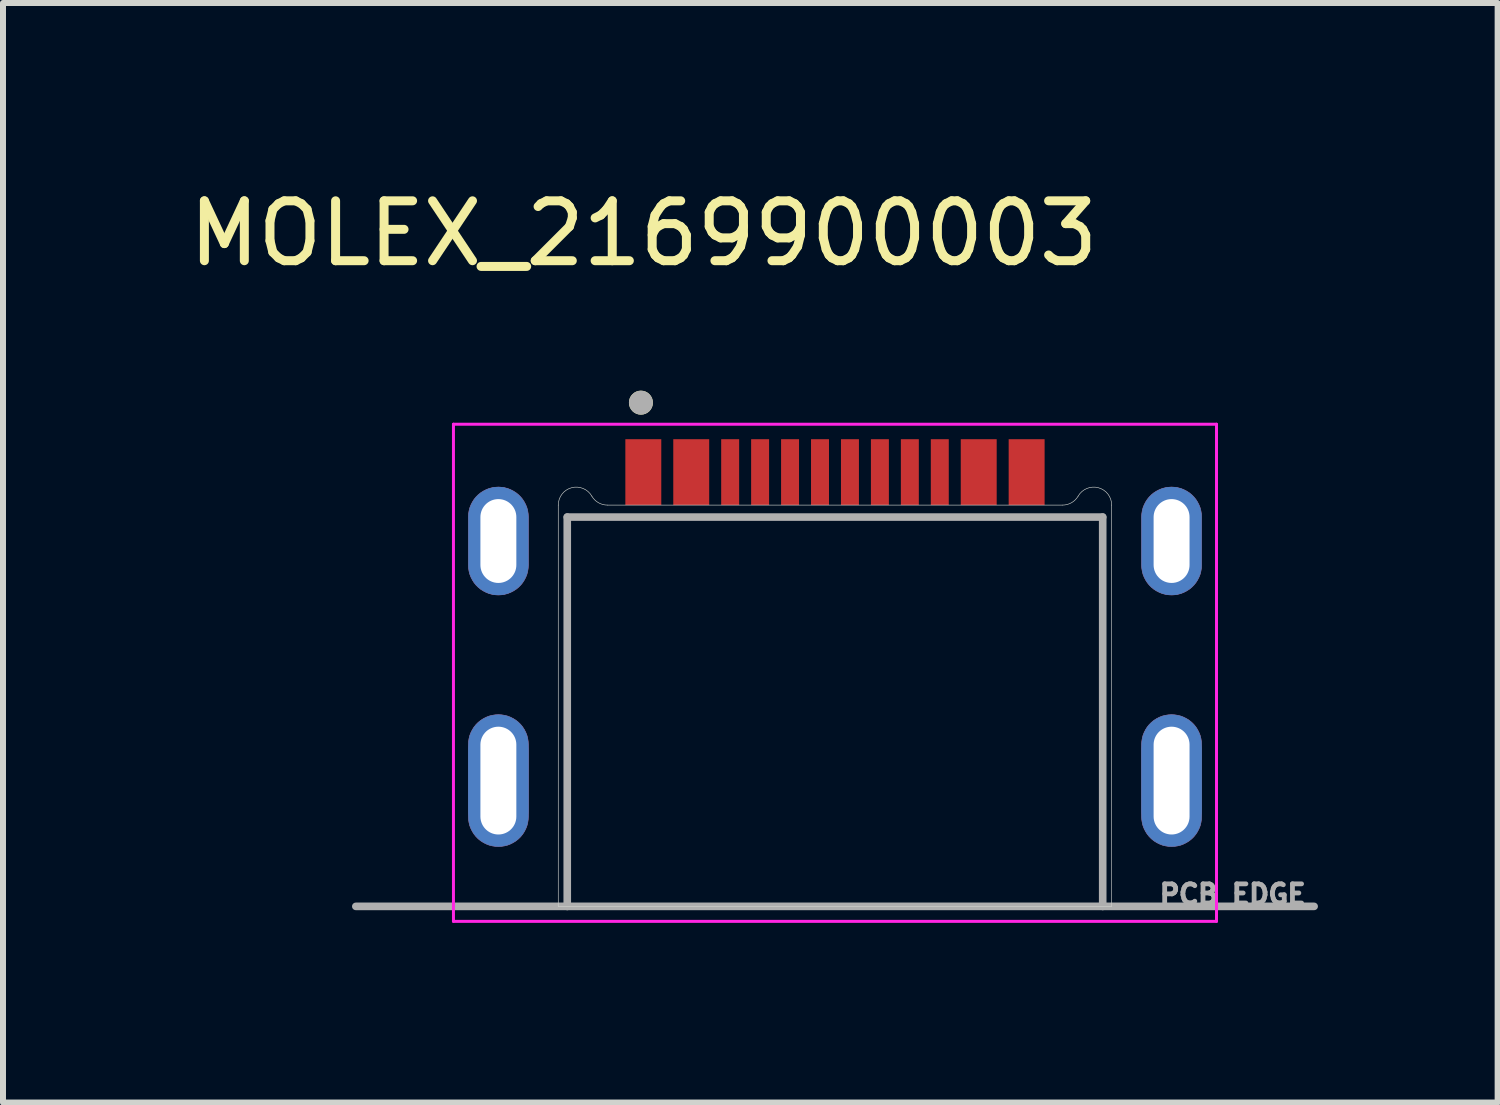
<source format=kicad_pcb>
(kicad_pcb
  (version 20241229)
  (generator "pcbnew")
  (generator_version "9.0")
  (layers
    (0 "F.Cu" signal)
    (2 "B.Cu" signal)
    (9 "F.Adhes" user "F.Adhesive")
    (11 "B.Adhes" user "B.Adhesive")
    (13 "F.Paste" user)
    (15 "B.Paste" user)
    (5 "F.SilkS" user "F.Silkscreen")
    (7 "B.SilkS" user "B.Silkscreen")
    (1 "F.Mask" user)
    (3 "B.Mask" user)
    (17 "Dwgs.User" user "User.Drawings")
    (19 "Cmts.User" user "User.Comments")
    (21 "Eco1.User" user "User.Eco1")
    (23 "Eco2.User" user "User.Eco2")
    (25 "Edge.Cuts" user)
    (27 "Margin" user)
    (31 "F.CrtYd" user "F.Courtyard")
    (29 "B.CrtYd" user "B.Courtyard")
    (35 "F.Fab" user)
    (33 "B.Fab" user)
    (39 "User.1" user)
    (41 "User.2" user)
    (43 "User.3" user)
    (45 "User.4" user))
  (footprint "MOLEX_2169900003"
    (layer "F.Cu")
    (at 10.891 9.983)
    (property "Reference" "MOLEX_2169900003" (at -3.195 -9.135 0) (layer "F.SilkS") (effects (font (size 1 1) (thickness 0.15))))
    (attr smd)
    (fp_poly (pts (xy -6.12 -0.6) (xy -6.12 0.6) (xy -6.117 0.652) (xy -6.109 0.704) (xy -6.096 0.755) (xy -6.077 0.803) (xy -6.053 0.85) (xy -6.025 0.894) (xy -5.992 0.935) (xy -5.955 0.972) (xy -5.914 1.005) (xy -5.87 1.033) (xy -5.823 1.057) (xy -5.775 1.076) (xy -5.724 1.089) (xy -5.672 1.097) (xy -5.62 1.1) (xy -5.568 1.097) (xy -5.516 1.089) (xy -5.465 1.076) (xy -5.417 1.057) (xy -5.37 1.033) (xy -5.326 1.005) (xy -5.285 0.972) (xy -5.248 0.935) (xy -5.215 0.894) (xy -5.187 0.85) (xy -5.163 0.803) (xy -5.144 0.755) (xy -5.131 0.704) (xy -5.123 0.652) (xy -5.12 0.6) (xy -5.12 -0.6) (xy -5.123 -0.652) (xy -5.131 -0.704) (xy -5.144 -0.755) (xy -5.163 -0.803) (xy -5.187 -0.85) (xy -5.215 -0.894) (xy -5.248 -0.935) (xy -5.285 -0.972) (xy -5.326 -1.005) (xy -5.37 -1.033) (xy -5.417 -1.057) (xy -5.465 -1.076) (xy -5.516 -1.089) (xy -5.568 -1.097) (xy -5.62 -1.1) (xy -5.672 -1.097) (xy -5.724 -1.089) (xy -5.775 -1.076) (xy -5.823 -1.057) (xy -5.87 -1.033) (xy -5.914 -1.005) (xy -5.955 -0.972) (xy -5.992 -0.935) (xy -6.025 -0.894) (xy -6.053 -0.85) (xy -6.077 -0.803) (xy -6.096 -0.755) (xy -6.109 -0.704) (xy -6.117 -0.652) (xy -6.12 -0.6)) (stroke (width 0.01) (type solid)) (fill yes) (layer "F.Cu"))
    (fp_poly (pts (xy -5.12 -3.6) (xy -5.123 -3.548) (xy -5.131 -3.496) (xy -5.144 -3.445) (xy -5.163 -3.397) (xy -5.187 -3.35) (xy -5.215 -3.306) (xy -5.248 -3.265) (xy -5.285 -3.228) (xy -5.326 -3.195) (xy -5.37 -3.167) (xy -5.417 -3.143) (xy -5.465 -3.124) (xy -5.516 -3.111) (xy -5.568 -3.103) (xy -5.62 -3.1) (xy -5.672 -3.103) (xy -5.724 -3.111) (xy -5.775 -3.124) (xy -5.823 -3.143) (xy -5.87 -3.167) (xy -5.914 -3.195) (xy -5.955 -3.228) (xy -5.992 -3.265) (xy -6.025 -3.306) (xy -6.053 -3.35) (xy -6.077 -3.397) (xy -6.096 -3.445) (xy -6.109 -3.496) (xy -6.117 -3.548) (xy -6.12 -3.6) (xy -6.12 -4.4) (xy -6.117 -4.452) (xy -6.109 -4.504) (xy -6.096 -4.555) (xy -6.077 -4.603) (xy -6.053 -4.65) (xy -6.025 -4.694) (xy -5.992 -4.735) (xy -5.955 -4.772) (xy -5.914 -4.805) (xy -5.87 -4.833) (xy -5.823 -4.857) (xy -5.775 -4.876) (xy -5.724 -4.889) (xy -5.672 -4.897) (xy -5.62 -4.9) (xy -5.568 -4.897) (xy -5.516 -4.889) (xy -5.465 -4.876) (xy -5.417 -4.857) (xy -5.37 -4.833) (xy -5.326 -4.805) (xy -5.285 -4.772) (xy -5.248 -4.735) (xy -5.215 -4.694) (xy -5.187 -4.65) (xy -5.163 -4.603) (xy -5.144 -4.555) (xy -5.131 -4.504) (xy -5.123 -4.452) (xy -5.12 -4.4) (xy -5.12 -3.6)) (stroke (width 0.01) (type solid)) (fill yes) (layer "F.Cu"))
    (fp_poly (pts (xy 5.12 -4.4) (xy 5.12 -3.6) (xy 5.123 -3.548) (xy 5.131 -3.496) (xy 5.144 -3.445) (xy 5.163 -3.397) (xy 5.187 -3.35) (xy 5.215 -3.306) (xy 5.248 -3.265) (xy 5.285 -3.228) (xy 5.326 -3.195) (xy 5.37 -3.167) (xy 5.417 -3.143) (xy 5.465 -3.124) (xy 5.516 -3.111) (xy 5.568 -3.103) (xy 5.62 -3.1) (xy 5.672 -3.103) (xy 5.724 -3.111) (xy 5.775 -3.124) (xy 5.823 -3.143) (xy 5.87 -3.167) (xy 5.914 -3.195) (xy 5.955 -3.228) (xy 5.992 -3.265) (xy 6.025 -3.306) (xy 6.053 -3.35) (xy 6.077 -3.397) (xy 6.096 -3.445) (xy 6.109 -3.496) (xy 6.117 -3.548) (xy 6.12 -3.6) (xy 6.12 -4.4) (xy 6.117 -4.452) (xy 6.109 -4.504) (xy 6.096 -4.555) (xy 6.077 -4.603) (xy 6.053 -4.65) (xy 6.025 -4.694) (xy 5.992 -4.735) (xy 5.955 -4.772) (xy 5.914 -4.805) (xy 5.87 -4.833) (xy 5.823 -4.857) (xy 5.775 -4.876) (xy 5.724 -4.889) (xy 5.672 -4.897) (xy 5.62 -4.9) (xy 5.568 -4.897) (xy 5.516 -4.889) (xy 5.465 -4.876) (xy 5.417 -4.857) (xy 5.37 -4.833) (xy 5.326 -4.805) (xy 5.285 -4.772) (xy 5.248 -4.735) (xy 5.215 -4.694) (xy 5.187 -4.65) (xy 5.163 -4.603) (xy 5.144 -4.555) (xy 5.131 -4.504) (xy 5.123 -4.452) (xy 5.12 -4.4)) (stroke (width 0.01) (type solid)) (fill yes) (layer "F.Cu"))
    (fp_poly (pts (xy 5.12 -0.6) (xy 5.12 0.6) (xy 5.123 0.652) (xy 5.131 0.704) (xy 5.144 0.755) (xy 5.163 0.803) (xy 5.187 0.85) (xy 5.215 0.894) (xy 5.248 0.935) (xy 5.285 0.972) (xy 5.326 1.005) (xy 5.37 1.033) (xy 5.417 1.057) (xy 5.465 1.076) (xy 5.516 1.089) (xy 5.568 1.097) (xy 5.62 1.1) (xy 5.672 1.097) (xy 5.724 1.089) (xy 5.775 1.076) (xy 5.823 1.057) (xy 5.87 1.033) (xy 5.914 1.005) (xy 5.955 0.972) (xy 5.992 0.935) (xy 6.025 0.894) (xy 6.053 0.85) (xy 6.077 0.803) (xy 6.096 0.755) (xy 6.109 0.704) (xy 6.117 0.652) (xy 6.12 0.6) (xy 6.12 -0.6) (xy 6.117 -0.652) (xy 6.109 -0.704) (xy 6.096 -0.755) (xy 6.077 -0.803) (xy 6.053 -0.85) (xy 6.025 -0.894) (xy 5.992 -0.935) (xy 5.955 -0.972) (xy 5.914 -1.005) (xy 5.87 -1.033) (xy 5.823 -1.057) (xy 5.775 -1.076) (xy 5.724 -1.089) (xy 5.672 -1.097) (xy 5.62 -1.1) (xy 5.568 -1.097) (xy 5.516 -1.089) (xy 5.465 -1.076) (xy 5.417 -1.057) (xy 5.37 -1.033) (xy 5.326 -1.005) (xy 5.285 -0.972) (xy 5.248 -0.935) (xy 5.215 -0.894) (xy 5.187 -0.85) (xy 5.163 -0.803) (xy 5.144 -0.755) (xy 5.131 -0.704) (xy 5.123 -0.652) (xy 5.12 -0.6)) (stroke (width 0.01) (type solid)) (fill yes) (layer "F.Cu"))
    (fp_poly (pts (xy -6.22 -4.4) (xy -6.22 -3.6) (xy -6.217 -3.537) (xy -6.207 -3.475) (xy -6.191 -3.415) (xy -6.168 -3.356) (xy -6.14 -3.3) (xy -6.105 -3.247) (xy -6.066 -3.199) (xy -6.021 -3.154) (xy -5.973 -3.115) (xy -5.92 -3.08) (xy -5.864 -3.052) (xy -5.805 -3.029) (xy -5.745 -3.013) (xy -5.683 -3.003) (xy -5.62 -3) (xy -5.557 -3.003) (xy -5.495 -3.013) (xy -5.435 -3.029) (xy -5.376 -3.052) (xy -5.32 -3.08) (xy -5.267 -3.115) (xy -5.219 -3.154) (xy -5.174 -3.199) (xy -5.135 -3.247) (xy -5.1 -3.3) (xy -5.072 -3.356) (xy -5.049 -3.415) (xy -5.033 -3.475) (xy -5.023 -3.537) (xy -5.02 -3.6) (xy -5.02 -4.4) (xy -5.023 -4.463) (xy -5.033 -4.525) (xy -5.049 -4.585) (xy -5.072 -4.644) (xy -5.1 -4.7) (xy -5.135 -4.753) (xy -5.174 -4.801) (xy -5.219 -4.846) (xy -5.267 -4.885) (xy -5.32 -4.92) (xy -5.376 -4.948) (xy -5.435 -4.971) (xy -5.495 -4.987) (xy -5.557 -4.997) (xy -5.62 -5) (xy -5.683 -4.997) (xy -5.745 -4.987) (xy -5.805 -4.971) (xy -5.864 -4.948) (xy -5.92 -4.92) (xy -5.973 -4.885) (xy -6.021 -4.846) (xy -6.066 -4.801) (xy -6.105 -4.753) (xy -6.14 -4.7) (xy -6.168 -4.644) (xy -6.191 -4.585) (xy -6.207 -4.525) (xy -6.217 -4.463) (xy -6.22 -4.4)) (stroke (width 0.01) (type solid)) (fill yes) (layer "F.Mask"))
    (fp_poly (pts (xy -5.02 0.6) (xy -5.023 0.663) (xy -5.033 0.725) (xy -5.049 0.785) (xy -5.072 0.844) (xy -5.1 0.9) (xy -5.135 0.953) (xy -5.174 1.001) (xy -5.219 1.046) (xy -5.267 1.085) (xy -5.32 1.12) (xy -5.376 1.148) (xy -5.435 1.171) (xy -5.495 1.187) (xy -5.557 1.197) (xy -5.62 1.2) (xy -5.683 1.197) (xy -5.745 1.187) (xy -5.805 1.171) (xy -5.864 1.148) (xy -5.92 1.12) (xy -5.973 1.085) (xy -6.021 1.046) (xy -6.066 1.001) (xy -6.105 0.953) (xy -6.14 0.9) (xy -6.168 0.844) (xy -6.191 0.785) (xy -6.207 0.725) (xy -6.217 0.663) (xy -6.22 0.6) (xy -6.22 -0.6) (xy -6.217 -0.663) (xy -6.207 -0.725) (xy -6.191 -0.785) (xy -6.168 -0.844) (xy -6.14 -0.9) (xy -6.105 -0.953) (xy -6.066 -1.001) (xy -6.021 -1.046) (xy -5.973 -1.085) (xy -5.92 -1.12) (xy -5.864 -1.148) (xy -5.805 -1.171) (xy -5.745 -1.187) (xy -5.683 -1.197) (xy -5.62 -1.2) (xy -5.557 -1.197) (xy -5.495 -1.187) (xy -5.435 -1.171) (xy -5.376 -1.148) (xy -5.32 -1.12) (xy -5.267 -1.085) (xy -5.219 -1.046) (xy -5.174 -1.001) (xy -5.135 -0.953) (xy -5.1 -0.9) (xy -5.072 -0.844) (xy -5.049 -0.785) (xy -5.033 -0.725) (xy -5.023 -0.663) (xy -5.02 -0.6) (xy -5.02 0.6)) (stroke (width 0.01) (type solid)) (fill yes) (layer "F.Mask"))
    (fp_poly (pts (xy 5.02 -0.6) (xy 5.02 0.6) (xy 5.023 0.663) (xy 5.033 0.725) (xy 5.049 0.785) (xy 5.072 0.844) (xy 5.1 0.9) (xy 5.135 0.953) (xy 5.174 1.001) (xy 5.219 1.046) (xy 5.267 1.085) (xy 5.32 1.12) (xy 5.376 1.148) (xy 5.435 1.171) (xy 5.495 1.187) (xy 5.557 1.197) (xy 5.62 1.2) (xy 5.683 1.197) (xy 5.745 1.187) (xy 5.805 1.171) (xy 5.864 1.148) (xy 5.92 1.12) (xy 5.973 1.085) (xy 6.021 1.046) (xy 6.066 1.001) (xy 6.105 0.953) (xy 6.14 0.9) (xy 6.168 0.844) (xy 6.191 0.785) (xy 6.207 0.725) (xy 6.217 0.663) (xy 6.22 0.6) (xy 6.22 -0.6) (xy 6.217 -0.663) (xy 6.207 -0.725) (xy 6.191 -0.785) (xy 6.168 -0.844) (xy 6.14 -0.9) (xy 6.105 -0.953) (xy 6.066 -1.001) (xy 6.021 -1.046) (xy 5.973 -1.085) (xy 5.92 -1.12) (xy 5.864 -1.148) (xy 5.805 -1.171) (xy 5.745 -1.187) (xy 5.683 -1.197) (xy 5.62 -1.2) (xy 5.557 -1.197) (xy 5.495 -1.187) (xy 5.435 -1.171) (xy 5.376 -1.148) (xy 5.32 -1.12) (xy 5.267 -1.085) (xy 5.219 -1.046) (xy 5.174 -1.001) (xy 5.135 -0.953) (xy 5.1 -0.9) (xy 5.072 -0.844) (xy 5.049 -0.785) (xy 5.033 -0.725) (xy 5.023 -0.663) (xy 5.02 -0.6)) (stroke (width 0.01) (type solid)) (fill yes) (layer "F.Mask"))
    (fp_poly (pts (xy 6.22 -3.6) (xy 6.217 -3.537) (xy 6.207 -3.475) (xy 6.191 -3.415) (xy 6.168 -3.356) (xy 6.14 -3.3) (xy 6.105 -3.247) (xy 6.066 -3.199) (xy 6.021 -3.154) (xy 5.973 -3.115) (xy 5.92 -3.08) (xy 5.864 -3.052) (xy 5.805 -3.029) (xy 5.745 -3.013) (xy 5.683 -3.003) (xy 5.62 -3) (xy 5.557 -3.003) (xy 5.495 -3.013) (xy 5.435 -3.029) (xy 5.376 -3.052) (xy 5.32 -3.08) (xy 5.267 -3.115) (xy 5.219 -3.154) (xy 5.174 -3.199) (xy 5.135 -3.247) (xy 5.1 -3.3) (xy 5.072 -3.356) (xy 5.049 -3.415) (xy 5.033 -3.475) (xy 5.023 -3.537) (xy 5.02 -3.6) (xy 5.02 -4.4) (xy 5.023 -4.463) (xy 5.033 -4.525) (xy 5.049 -4.585) (xy 5.072 -4.644) (xy 5.1 -4.7) (xy 5.135 -4.753) (xy 5.174 -4.801) (xy 5.219 -4.846) (xy 5.267 -4.885) (xy 5.32 -4.92) (xy 5.376 -4.948) (xy 5.435 -4.971) (xy 5.495 -4.987) (xy 5.557 -4.997) (xy 5.62 -5) (xy 5.683 -4.997) (xy 5.745 -4.987) (xy 5.805 -4.971) (xy 5.864 -4.948) (xy 5.92 -4.92) (xy 5.973 -4.885) (xy 6.021 -4.846) (xy 6.066 -4.801) (xy 6.105 -4.753) (xy 6.14 -4.7) (xy 6.168 -4.644) (xy 6.191 -4.585) (xy 6.207 -4.525) (xy 6.217 -4.463) (xy 6.22 -4.4) (xy 6.22 -3.6)) (stroke (width 0.01) (type solid)) (fill yes) (layer "F.Mask"))
    (fp_poly (pts (xy -6.12 -0.6) (xy -6.12 0.6) (xy -6.117 0.652) (xy -6.109 0.704) (xy -6.096 0.755) (xy -6.077 0.803) (xy -6.053 0.85) (xy -6.025 0.894) (xy -5.992 0.935) (xy -5.955 0.972) (xy -5.914 1.005) (xy -5.87 1.033) (xy -5.823 1.057) (xy -5.775 1.076) (xy -5.724 1.089) (xy -5.672 1.097) (xy -5.62 1.1) (xy -5.568 1.097) (xy -5.516 1.089) (xy -5.465 1.076) (xy -5.417 1.057) (xy -5.37 1.033) (xy -5.326 1.005) (xy -5.285 0.972) (xy -5.248 0.935) (xy -5.215 0.894) (xy -5.187 0.85) (xy -5.163 0.803) (xy -5.144 0.755) (xy -5.131 0.704) (xy -5.123 0.652) (xy -5.12 0.6) (xy -5.12 -0.6) (xy -5.123 -0.652) (xy -5.131 -0.704) (xy -5.144 -0.755) (xy -5.163 -0.803) (xy -5.187 -0.85) (xy -5.215 -0.894) (xy -5.248 -0.935) (xy -5.285 -0.972) (xy -5.326 -1.005) (xy -5.37 -1.033) (xy -5.417 -1.057) (xy -5.465 -1.076) (xy -5.516 -1.089) (xy -5.568 -1.097) (xy -5.62 -1.1) (xy -5.672 -1.097) (xy -5.724 -1.089) (xy -5.775 -1.076) (xy -5.823 -1.057) (xy -5.87 -1.033) (xy -5.914 -1.005) (xy -5.955 -0.972) (xy -5.992 -0.935) (xy -6.025 -0.894) (xy -6.053 -0.85) (xy -6.077 -0.803) (xy -6.096 -0.755) (xy -6.109 -0.704) (xy -6.117 -0.652) (xy -6.12 -0.6)) (stroke (width 0.01) (type solid)) (fill yes) (layer "B.Cu"))
    (fp_poly (pts (xy -5.12 -3.6) (xy -5.123 -3.548) (xy -5.131 -3.496) (xy -5.144 -3.445) (xy -5.163 -3.397) (xy -5.187 -3.35) (xy -5.215 -3.306) (xy -5.248 -3.265) (xy -5.285 -3.228) (xy -5.326 -3.195) (xy -5.37 -3.167) (xy -5.417 -3.143) (xy -5.465 -3.124) (xy -5.516 -3.111) (xy -5.568 -3.103) (xy -5.62 -3.1) (xy -5.672 -3.103) (xy -5.724 -3.111) (xy -5.775 -3.124) (xy -5.823 -3.143) (xy -5.87 -3.167) (xy -5.914 -3.195) (xy -5.955 -3.228) (xy -5.992 -3.265) (xy -6.025 -3.306) (xy -6.053 -3.35) (xy -6.077 -3.397) (xy -6.096 -3.445) (xy -6.109 -3.496) (xy -6.117 -3.548) (xy -6.12 -3.6) (xy -6.12 -4.4) (xy -6.117 -4.452) (xy -6.109 -4.504) (xy -6.096 -4.555) (xy -6.077 -4.603) (xy -6.053 -4.65) (xy -6.025 -4.694) (xy -5.992 -4.735) (xy -5.955 -4.772) (xy -5.914 -4.805) (xy -5.87 -4.833) (xy -5.823 -4.857) (xy -5.775 -4.876) (xy -5.724 -4.889) (xy -5.672 -4.897) (xy -5.62 -4.9) (xy -5.568 -4.897) (xy -5.516 -4.889) (xy -5.465 -4.876) (xy -5.417 -4.857) (xy -5.37 -4.833) (xy -5.326 -4.805) (xy -5.285 -4.772) (xy -5.248 -4.735) (xy -5.215 -4.694) (xy -5.187 -4.65) (xy -5.163 -4.603) (xy -5.144 -4.555) (xy -5.131 -4.504) (xy -5.123 -4.452) (xy -5.12 -4.4) (xy -5.12 -3.6)) (stroke (width 0.01) (type solid)) (fill yes) (layer "B.Cu"))
    (fp_poly (pts (xy 5.12 -4.4) (xy 5.12 -3.6) (xy 5.123 -3.548) (xy 5.131 -3.496) (xy 5.144 -3.445) (xy 5.163 -3.397) (xy 5.187 -3.35) (xy 5.215 -3.306) (xy 5.248 -3.265) (xy 5.285 -3.228) (xy 5.326 -3.195) (xy 5.37 -3.167) (xy 5.417 -3.143) (xy 5.465 -3.124) (xy 5.516 -3.111) (xy 5.568 -3.103) (xy 5.62 -3.1) (xy 5.672 -3.103) (xy 5.724 -3.111) (xy 5.775 -3.124) (xy 5.823 -3.143) (xy 5.87 -3.167) (xy 5.914 -3.195) (xy 5.955 -3.228) (xy 5.992 -3.265) (xy 6.025 -3.306) (xy 6.053 -3.35) (xy 6.077 -3.397) (xy 6.096 -3.445) (xy 6.109 -3.496) (xy 6.117 -3.548) (xy 6.12 -3.6) (xy 6.12 -4.4) (xy 6.117 -4.452) (xy 6.109 -4.504) (xy 6.096 -4.555) (xy 6.077 -4.603) (xy 6.053 -4.65) (xy 6.025 -4.694) (xy 5.992 -4.735) (xy 5.955 -4.772) (xy 5.914 -4.805) (xy 5.87 -4.833) (xy 5.823 -4.857) (xy 5.775 -4.876) (xy 5.724 -4.889) (xy 5.672 -4.897) (xy 5.62 -4.9) (xy 5.568 -4.897) (xy 5.516 -4.889) (xy 5.465 -4.876) (xy 5.417 -4.857) (xy 5.37 -4.833) (xy 5.326 -4.805) (xy 5.285 -4.772) (xy 5.248 -4.735) (xy 5.215 -4.694) (xy 5.187 -4.65) (xy 5.163 -4.603) (xy 5.144 -4.555) (xy 5.131 -4.504) (xy 5.123 -4.452) (xy 5.12 -4.4)) (stroke (width 0.01) (type solid)) (fill yes) (layer "B.Cu"))
    (fp_poly (pts (xy 5.12 -0.6) (xy 5.12 0.6) (xy 5.123 0.652) (xy 5.131 0.704) (xy 5.144 0.755) (xy 5.163 0.803) (xy 5.187 0.85) (xy 5.215 0.894) (xy 5.248 0.935) (xy 5.285 0.972) (xy 5.326 1.005) (xy 5.37 1.033) (xy 5.417 1.057) (xy 5.465 1.076) (xy 5.516 1.089) (xy 5.568 1.097) (xy 5.62 1.1) (xy 5.672 1.097) (xy 5.724 1.089) (xy 5.775 1.076) (xy 5.823 1.057) (xy 5.87 1.033) (xy 5.914 1.005) (xy 5.955 0.972) (xy 5.992 0.935) (xy 6.025 0.894) (xy 6.053 0.85) (xy 6.077 0.803) (xy 6.096 0.755) (xy 6.109 0.704) (xy 6.117 0.652) (xy 6.12 0.6) (xy 6.12 -0.6) (xy 6.117 -0.652) (xy 6.109 -0.704) (xy 6.096 -0.755) (xy 6.077 -0.803) (xy 6.053 -0.85) (xy 6.025 -0.894) (xy 5.992 -0.935) (xy 5.955 -0.972) (xy 5.914 -1.005) (xy 5.87 -1.033) (xy 5.823 -1.057) (xy 5.775 -1.076) (xy 5.724 -1.089) (xy 5.672 -1.097) (xy 5.62 -1.1) (xy 5.568 -1.097) (xy 5.516 -1.089) (xy 5.465 -1.076) (xy 5.417 -1.057) (xy 5.37 -1.033) (xy 5.326 -1.005) (xy 5.285 -0.972) (xy 5.248 -0.935) (xy 5.215 -0.894) (xy 5.187 -0.85) (xy 5.163 -0.803) (xy 5.144 -0.755) (xy 5.131 -0.704) (xy 5.123 -0.652) (xy 5.12 -0.6)) (stroke (width 0.01) (type solid)) (fill yes) (layer "B.Cu"))
    (fp_poly (pts (xy -6.22 -4.4) (xy -6.22 -3.6) (xy -6.217 -3.537) (xy -6.207 -3.475) (xy -6.191 -3.415) (xy -6.168 -3.356) (xy -6.14 -3.3) (xy -6.105 -3.247) (xy -6.066 -3.199) (xy -6.021 -3.154) (xy -5.973 -3.115) (xy -5.92 -3.08) (xy -5.864 -3.052) (xy -5.805 -3.029) (xy -5.745 -3.013) (xy -5.683 -3.003) (xy -5.62 -3) (xy -5.557 -3.003) (xy -5.495 -3.013) (xy -5.435 -3.029) (xy -5.376 -3.052) (xy -5.32 -3.08) (xy -5.267 -3.115) (xy -5.219 -3.154) (xy -5.174 -3.199) (xy -5.135 -3.247) (xy -5.1 -3.3) (xy -5.072 -3.356) (xy -5.049 -3.415) (xy -5.033 -3.475) (xy -5.023 -3.537) (xy -5.02 -3.6) (xy -5.02 -4.4) (xy -5.023 -4.463) (xy -5.033 -4.525) (xy -5.049 -4.585) (xy -5.072 -4.644) (xy -5.1 -4.7) (xy -5.135 -4.753) (xy -5.174 -4.801) (xy -5.219 -4.846) (xy -5.267 -4.885) (xy -5.32 -4.92) (xy -5.376 -4.948) (xy -5.435 -4.971) (xy -5.495 -4.987) (xy -5.557 -4.997) (xy -5.62 -5) (xy -5.683 -4.997) (xy -5.745 -4.987) (xy -5.805 -4.971) (xy -5.864 -4.948) (xy -5.92 -4.92) (xy -5.973 -4.885) (xy -6.021 -4.846) (xy -6.066 -4.801) (xy -6.105 -4.753) (xy -6.14 -4.7) (xy -6.168 -4.644) (xy -6.191 -4.585) (xy -6.207 -4.525) (xy -6.217 -4.463) (xy -6.22 -4.4)) (stroke (width 0.01) (type solid)) (fill yes) (layer "B.Mask"))
    (fp_poly (pts (xy -5.02 0.6) (xy -5.023 0.663) (xy -5.033 0.725) (xy -5.049 0.785) (xy -5.072 0.844) (xy -5.1 0.9) (xy -5.135 0.953) (xy -5.174 1.001) (xy -5.219 1.046) (xy -5.267 1.085) (xy -5.32 1.12) (xy -5.376 1.148) (xy -5.435 1.171) (xy -5.495 1.187) (xy -5.557 1.197) (xy -5.62 1.2) (xy -5.683 1.197) (xy -5.745 1.187) (xy -5.805 1.171) (xy -5.864 1.148) (xy -5.92 1.12) (xy -5.973 1.085) (xy -6.021 1.046) (xy -6.066 1.001) (xy -6.105 0.953) (xy -6.14 0.9) (xy -6.168 0.844) (xy -6.191 0.785) (xy -6.207 0.725) (xy -6.217 0.663) (xy -6.22 0.6) (xy -6.22 -0.6) (xy -6.217 -0.663) (xy -6.207 -0.725) (xy -6.191 -0.785) (xy -6.168 -0.844) (xy -6.14 -0.9) (xy -6.105 -0.953) (xy -6.066 -1.001) (xy -6.021 -1.046) (xy -5.973 -1.085) (xy -5.92 -1.12) (xy -5.864 -1.148) (xy -5.805 -1.171) (xy -5.745 -1.187) (xy -5.683 -1.197) (xy -5.62 -1.2) (xy -5.557 -1.197) (xy -5.495 -1.187) (xy -5.435 -1.171) (xy -5.376 -1.148) (xy -5.32 -1.12) (xy -5.267 -1.085) (xy -5.219 -1.046) (xy -5.174 -1.001) (xy -5.135 -0.953) (xy -5.1 -0.9) (xy -5.072 -0.844) (xy -5.049 -0.785) (xy -5.033 -0.725) (xy -5.023 -0.663) (xy -5.02 -0.6) (xy -5.02 0.6)) (stroke (width 0.01) (type solid)) (fill yes) (layer "B.Mask"))
    (fp_poly (pts (xy 5.02 -0.6) (xy 5.02 0.6) (xy 5.023 0.663) (xy 5.033 0.725) (xy 5.049 0.785) (xy 5.072 0.844) (xy 5.1 0.9) (xy 5.135 0.953) (xy 5.174 1.001) (xy 5.219 1.046) (xy 5.267 1.085) (xy 5.32 1.12) (xy 5.376 1.148) (xy 5.435 1.171) (xy 5.495 1.187) (xy 5.557 1.197) (xy 5.62 1.2) (xy 5.683 1.197) (xy 5.745 1.187) (xy 5.805 1.171) (xy 5.864 1.148) (xy 5.92 1.12) (xy 5.973 1.085) (xy 6.021 1.046) (xy 6.066 1.001) (xy 6.105 0.953) (xy 6.14 0.9) (xy 6.168 0.844) (xy 6.191 0.785) (xy 6.207 0.725) (xy 6.217 0.663) (xy 6.22 0.6) (xy 6.22 -0.6) (xy 6.217 -0.663) (xy 6.207 -0.725) (xy 6.191 -0.785) (xy 6.168 -0.844) (xy 6.14 -0.9) (xy 6.105 -0.953) (xy 6.066 -1.001) (xy 6.021 -1.046) (xy 5.973 -1.085) (xy 5.92 -1.12) (xy 5.864 -1.148) (xy 5.805 -1.171) (xy 5.745 -1.187) (xy 5.683 -1.197) (xy 5.62 -1.2) (xy 5.557 -1.197) (xy 5.495 -1.187) (xy 5.435 -1.171) (xy 5.376 -1.148) (xy 5.32 -1.12) (xy 5.267 -1.085) (xy 5.219 -1.046) (xy 5.174 -1.001) (xy 5.135 -0.953) (xy 5.1 -0.9) (xy 5.072 -0.844) (xy 5.049 -0.785) (xy 5.033 -0.725) (xy 5.023 -0.663) (xy 5.02 -0.6)) (stroke (width 0.01) (type solid)) (fill yes) (layer "B.Mask"))
    (fp_poly (pts (xy 6.22 -3.6) (xy 6.217 -3.537) (xy 6.207 -3.475) (xy 6.191 -3.415) (xy 6.168 -3.356) (xy 6.14 -3.3) (xy 6.105 -3.247) (xy 6.066 -3.199) (xy 6.021 -3.154) (xy 5.973 -3.115) (xy 5.92 -3.08) (xy 5.864 -3.052) (xy 5.805 -3.029) (xy 5.745 -3.013) (xy 5.683 -3.003) (xy 5.62 -3) (xy 5.557 -3.003) (xy 5.495 -3.013) (xy 5.435 -3.029) (xy 5.376 -3.052) (xy 5.32 -3.08) (xy 5.267 -3.115) (xy 5.219 -3.154) (xy 5.174 -3.199) (xy 5.135 -3.247) (xy 5.1 -3.3) (xy 5.072 -3.356) (xy 5.049 -3.415) (xy 5.033 -3.475) (xy 5.023 -3.537) (xy 5.02 -3.6) (xy 5.02 -4.4) (xy 5.023 -4.463) (xy 5.033 -4.525) (xy 5.049 -4.585) (xy 5.072 -4.644) (xy 5.1 -4.7) (xy 5.135 -4.753) (xy 5.174 -4.801) (xy 5.219 -4.846) (xy 5.267 -4.885) (xy 5.32 -4.92) (xy 5.376 -4.948) (xy 5.435 -4.971) (xy 5.495 -4.987) (xy 5.557 -4.997) (xy 5.62 -5) (xy 5.683 -4.997) (xy 5.745 -4.987) (xy 5.805 -4.971) (xy 5.864 -4.948) (xy 5.92 -4.92) (xy 5.973 -4.885) (xy 6.021 -4.846) (xy 6.066 -4.801) (xy 6.105 -4.753) (xy 6.14 -4.7) (xy 6.168 -4.644) (xy 6.191 -4.585) (xy 6.207 -4.525) (xy 6.217 -4.463) (xy 6.22 -4.4) (xy 6.22 -3.6)) (stroke (width 0.01) (type solid)) (fill yes) (layer "B.Mask"))
    (fp_circle (center -3.24 -6.31) (end -3.14 -6.31) (stroke (width 0.2) (type solid)) (fill no) (layer "F.SilkS"))
    (fp_line (start -4.62 2.1) (end -4.62 -4.6) (stroke (width 0.01) (type solid)) (layer "Edge.Cuts"))
    (fp_line (start -4.62 2.1) (end 4.62 2.1) (stroke (width 0.01) (type solid)) (layer "Edge.Cuts"))
    (fp_line (start -3.8 -4.6) (end 3.8 -4.6) (stroke (width 0.01) (type solid)) (layer "Edge.Cuts"))
    (fp_line (start 4.62 2.1) (end 4.62 -4.6) (stroke (width 0.01) (type solid)) (layer "Edge.Cuts"))
    (fp_arc (start -4.62 -4.6) (mid -4.397645 -4.889779) (end -4.060191 -4.750001) (stroke (width 0.01) (type solid)) (layer "Edge.Cuts"))
    (fp_arc (start -3.80038 -4.6) (mid -3.950382 -4.640191) (end -4.060191 -4.75) (stroke (width 0.01) (type solid)) (layer "Edge.Cuts"))
    (fp_arc (start 4.06019 -4.75) (mid 3.950381 -4.640192) (end 3.80038 -4.6) (stroke (width 0.01) (type solid)) (layer "Edge.Cuts"))
    (fp_arc (start 4.06019 -4.75) (mid 4.397644 -4.889779) (end 4.62 -4.600001) (stroke (width 0.01) (type solid)) (layer "Edge.Cuts"))
    (fp_line (start -6.37 -5.95) (end -6.37 2.35) (stroke (width 0.05) (type solid)) (layer "F.CrtYd"))
    (fp_line (start -6.37 2.35) (end 6.37 2.35) (stroke (width 0.05) (type solid)) (layer "F.CrtYd"))
    (fp_line (start 6.37 -5.95) (end -6.37 -5.95) (stroke (width 0.05) (type solid)) (layer "F.CrtYd"))
    (fp_line (start 6.37 2.35) (end 6.37 -5.95) (stroke (width 0.05) (type solid)) (layer "F.CrtYd"))
    (fp_line (start -4.47 -4.4) (end 4.47 -4.4) (stroke (width 0.127) (type solid)) (layer "F.Fab"))
    (fp_line (start -4.47 2.1) (end -8 2.1) (stroke (width 0.127) (type solid)) (layer "F.Fab"))
    (fp_line (start -4.47 2.1) (end -4.47 -4.4) (stroke (width 0.127) (type solid)) (layer "F.Fab"))
    (fp_line (start -4.47 2.1) (end 4.47 2.1) (stroke (width 0.127) (type solid)) (layer "F.Fab"))
    (fp_line (start 4.47 -4.4) (end 4.47 2.1) (stroke (width 0.127) (type solid)) (layer "F.Fab"))
    (fp_line (start 4.47 2.1) (end 8 2.1) (stroke (width 0.127) (type solid)) (layer "F.Fab"))
    (fp_circle (center -3.24 -6.31) (end -3.14 -6.31) (stroke (width 0.2) (type solid)) (fill no) (layer "F.Fab"))
    (fp_text user "PCB EDGE" (at 6.64 1.9 0) (layer "F.Fab") (effects (font (size 0.32 0.32) (thickness 0.08))))
    (pad "A1" smd rect (at -3.2 -5.15) (size 0.6 1.1) (layers "F.Cu" "F.Mask" "F.Paste"))
    (pad "A4" smd rect (at -2.4 -5.15) (size 0.6 1.1) (layers "F.Cu" "F.Mask" "F.Paste"))
    (pad "A5" smd rect (at -1.25 -5.15) (size 0.3 1.1) (layers "F.Cu" "F.Mask" "F.Paste"))
    (pad "A6" smd rect (at -0.25 -5.15) (size 0.3 1.1) (layers "F.Cu" "F.Mask" "F.Paste"))
    (pad "A7" smd rect (at 0.25 -5.15) (size 0.3 1.1) (layers "F.Cu" "F.Mask" "F.Paste"))
    (pad "A8" smd rect (at 1.25 -5.15) (size 0.3 1.1) (layers "F.Cu" "F.Mask" "F.Paste"))
    (pad "B1" smd rect (at 3.2 -5.15) (size 0.6 1.1) (layers "F.Cu" "F.Mask" "F.Paste"))
    (pad "B4" smd rect (at 2.4 -5.15) (size 0.6 1.1) (layers "F.Cu" "F.Mask" "F.Paste"))
    (pad "B5" smd rect (at 1.75 -5.15) (size 0.3 1.1) (layers "F.Cu" "F.Mask" "F.Paste"))
    (pad "B6" smd rect (at 0.75 -5.15) (size 0.3 1.1) (layers "F.Cu" "F.Mask" "F.Paste"))
    (pad "B7" smd rect (at -0.75 -5.15) (size 0.3 1.1) (layers "F.Cu" "F.Mask" "F.Paste"))
    (pad "B8" smd rect (at -1.75 -5.15) (size 0.3 1.1) (layers "F.Cu" "F.Mask" "F.Paste"))
    (pad "S1" thru_hole oval (at -5.62 -4) (size 0.9 1.8) (drill oval 0.6 1.4) (layers "*.Cu"))
    (pad "S1" thru_hole oval (at -5.62 0) (size 1 2) (drill oval 0.6 1.8) (layers "*.Cu"))
    (pad "S1" thru_hole oval (at 5.62 -4) (size 0.9 1.8) (drill oval 0.6 1.4) (layers "*.Cu"))
    (pad "S1" thru_hole oval (at 5.62 0) (size 1 2) (drill oval 0.6 1.8) (layers "*.Cu")))
  (gr_rect
    (start -3 -3)
    (end 21.955 15.358)
    (stroke (width 0.1) (type default))
    (fill no)
    (layer "Edge.Cuts")))
</source>
